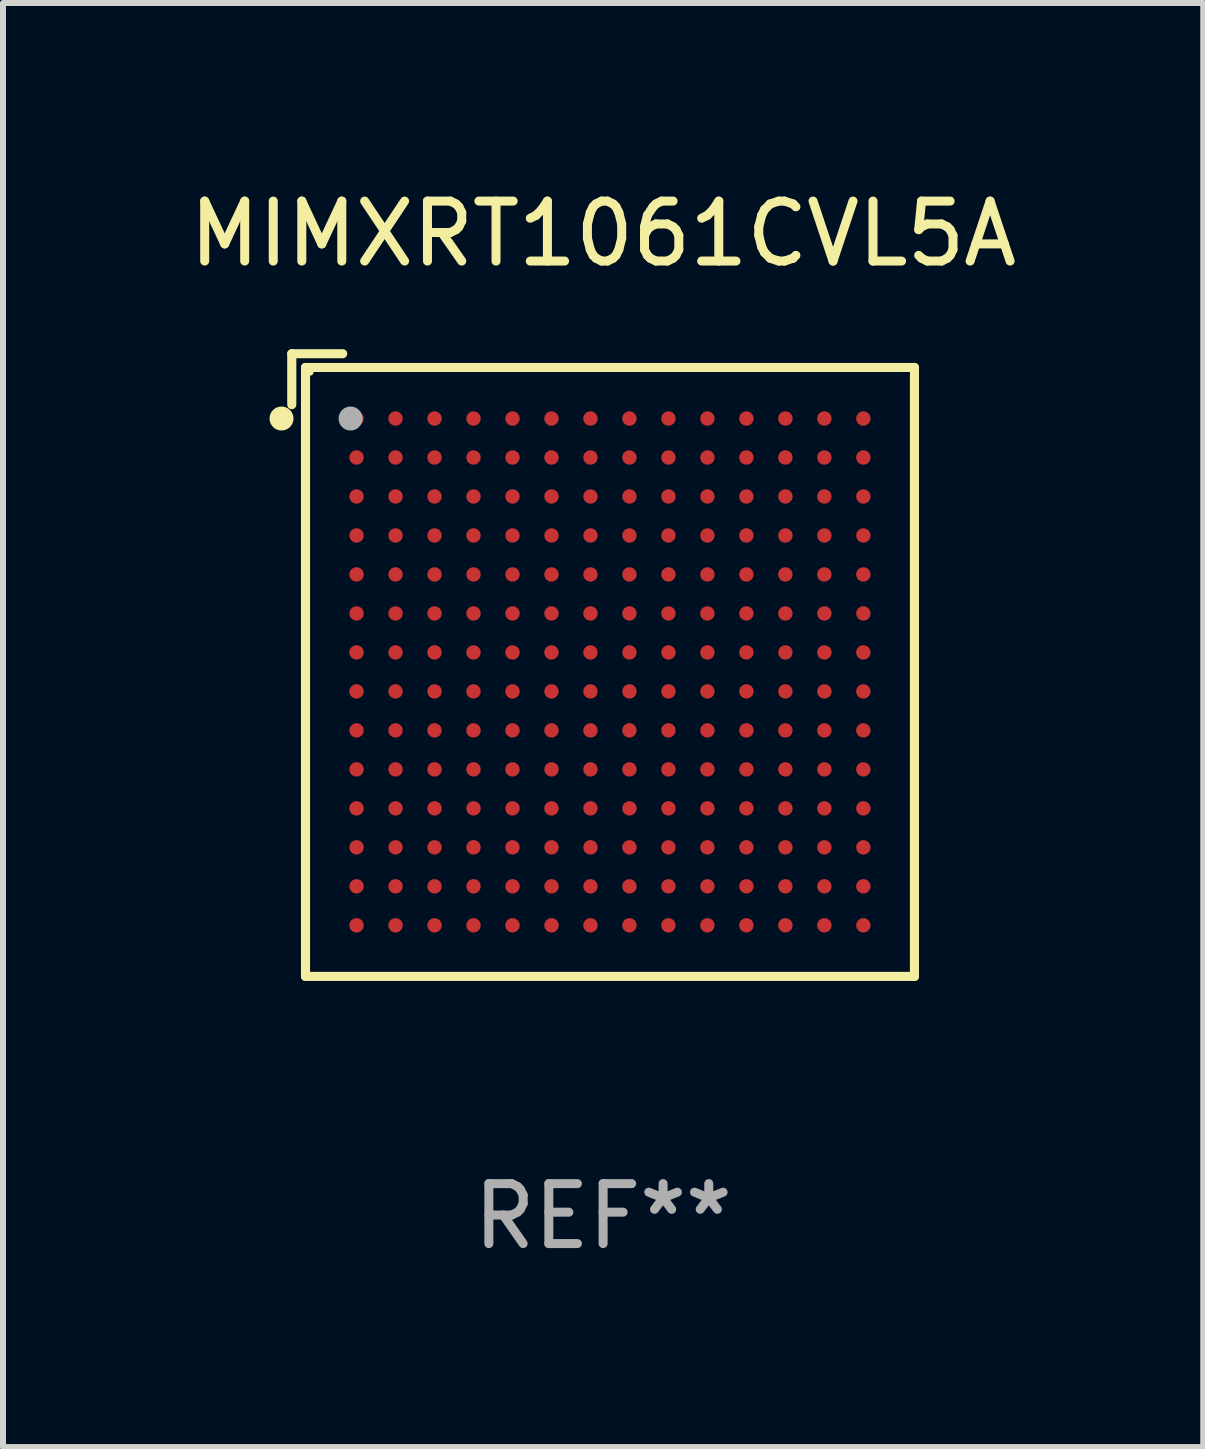
<source format=kicad_pcb>
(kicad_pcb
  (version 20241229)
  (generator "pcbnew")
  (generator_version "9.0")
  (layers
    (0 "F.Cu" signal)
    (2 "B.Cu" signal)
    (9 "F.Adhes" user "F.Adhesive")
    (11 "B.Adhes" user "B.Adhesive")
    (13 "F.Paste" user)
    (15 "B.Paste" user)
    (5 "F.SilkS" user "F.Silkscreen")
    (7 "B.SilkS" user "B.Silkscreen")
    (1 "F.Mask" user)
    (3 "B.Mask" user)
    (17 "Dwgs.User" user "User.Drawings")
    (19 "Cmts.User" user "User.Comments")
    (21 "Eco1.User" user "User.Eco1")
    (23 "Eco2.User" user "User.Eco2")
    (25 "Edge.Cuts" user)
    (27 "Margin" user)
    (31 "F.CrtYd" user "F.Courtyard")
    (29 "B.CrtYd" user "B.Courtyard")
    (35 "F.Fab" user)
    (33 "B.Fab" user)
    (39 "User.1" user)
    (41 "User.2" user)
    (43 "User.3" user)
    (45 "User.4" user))
  (footprint "MIMXRT1061CVL5A"
    (layer "F.Cu")
    (at 7.006 8.039)
    (property "Reference" "MIMXRT1061CVL5A" (at 0 -7.191 0) (layer "F.SilkS") (effects (font (size 1 1) (thickness 0.15))))
    (attr through_hole)
    (fp_line (start -5.191 -5.191) (end -5.191 -4.342) (stroke (width 0.152) (type solid)) (layer "F.SilkS"))
    (fp_line (start -4.962 -4.962) (end 5.191 -4.962) (stroke (width 0.152) (type solid)) (layer "F.SilkS"))
    (fp_line (start -4.962 5.191) (end -4.962 -4.962) (stroke (width 0.152) (type solid)) (layer "F.SilkS"))
    (fp_line (start -4.342 -5.191) (end -5.191 -5.191) (stroke (width 0.152) (type solid)) (layer "F.SilkS"))
    (fp_line (start 5.191 -4.962) (end 5.191 5.191) (stroke (width 0.152) (type solid)) (layer "F.SilkS"))
    (fp_line (start 5.191 5.191) (end -4.962 5.191) (stroke (width 0.152) (type solid)) (layer "F.SilkS"))
    (fp_circle (center -5.362 -4.111) (end -5.262 -4.111) (stroke (width 0.2) (type solid)) (fill no) (layer "F.SilkS"))
    (fp_circle (center -4.886 -4.886) (end -4.856 -4.886) (stroke (width 0.06) (type solid)) (fill no) (layer "F.SilkS"))
    (fp_circle (center -4.211 -4.111) (end -4.111 -4.111) (stroke (width 0.2) (type solid)) (fill no) (layer "F.Fab"))
    (fp_text user "REF**" (at 0 9.191 0) (layer "F.Fab") (effects (font (size 1 1) (thickness 0.15))))
    (pad "A1" smd circle (at -4.111 -4.111) (size 0.24 0.24) (layers "F.Cu" "F.Mask" "F.Paste"))
    (pad "A2" smd circle (at -3.461 -4.111) (size 0.24 0.24) (layers "F.Cu" "F.Mask" "F.Paste"))
    (pad "A3" smd circle (at -2.811 -4.111) (size 0.24 0.24) (layers "F.Cu" "F.Mask" "F.Paste"))
    (pad "A4" smd circle (at -2.161 -4.111) (size 0.24 0.24) (layers "F.Cu" "F.Mask" "F.Paste"))
    (pad "A5" smd circle (at -1.511 -4.111) (size 0.24 0.24) (layers "F.Cu" "F.Mask" "F.Paste"))
    (pad "A6" smd circle (at -0.861 -4.111) (size 0.24 0.24) (layers "F.Cu" "F.Mask" "F.Paste"))
    (pad "A7" smd circle (at -0.211 -4.111) (size 0.24 0.24) (layers "F.Cu" "F.Mask" "F.Paste"))
    (pad "A8" smd circle (at 0.439 -4.111) (size 0.24 0.24) (layers "F.Cu" "F.Mask" "F.Paste"))
    (pad "A9" smd circle (at 1.089 -4.111) (size 0.24 0.24) (layers "F.Cu" "F.Mask" "F.Paste"))
    (pad "A10" smd circle (at 1.739 -4.111) (size 0.24 0.24) (layers "F.Cu" "F.Mask" "F.Paste"))
    (pad "A11" smd circle (at 2.389 -4.111) (size 0.24 0.24) (layers "F.Cu" "F.Mask" "F.Paste"))
    (pad "A12" smd circle (at 3.039 -4.111) (size 0.24 0.24) (layers "F.Cu" "F.Mask" "F.Paste"))
    (pad "A13" smd circle (at 3.689 -4.111) (size 0.24 0.24) (layers "F.Cu" "F.Mask" "F.Paste"))
    (pad "A14" smd circle (at 4.339 -4.111) (size 0.24 0.24) (layers "F.Cu" "F.Mask" "F.Paste"))
    (pad "B1" smd circle (at -4.111 -3.461) (size 0.24 0.24) (layers "F.Cu" "F.Mask" "F.Paste"))
    (pad "B2" smd circle (at -3.461 -3.461) (size 0.24 0.24) (layers "F.Cu" "F.Mask" "F.Paste"))
    (pad "B3" smd circle (at -2.811 -3.461) (size 0.24 0.24) (layers "F.Cu" "F.Mask" "F.Paste"))
    (pad "B4" smd circle (at -2.161 -3.461) (size 0.24 0.24) (layers "F.Cu" "F.Mask" "F.Paste"))
    (pad "B5" smd circle (at -1.511 -3.461) (size 0.24 0.24) (layers "F.Cu" "F.Mask" "F.Paste"))
    (pad "B6" smd circle (at -0.861 -3.461) (size 0.24 0.24) (layers "F.Cu" "F.Mask" "F.Paste"))
    (pad "B7" smd circle (at -0.211 -3.461) (size 0.24 0.24) (layers "F.Cu" "F.Mask" "F.Paste"))
    (pad "B8" smd circle (at 0.439 -3.461) (size 0.24 0.24) (layers "F.Cu" "F.Mask" "F.Paste"))
    (pad "B9" smd circle (at 1.089 -3.461) (size 0.24 0.24) (layers "F.Cu" "F.Mask" "F.Paste"))
    (pad "B10" smd circle (at 1.739 -3.461) (size 0.24 0.24) (layers "F.Cu" "F.Mask" "F.Paste"))
    (pad "B11" smd circle (at 2.389 -3.461) (size 0.24 0.24) (layers "F.Cu" "F.Mask" "F.Paste"))
    (pad "B12" smd circle (at 3.039 -3.461) (size 0.24 0.24) (layers "F.Cu" "F.Mask" "F.Paste"))
    (pad "B13" smd circle (at 3.689 -3.461) (size 0.24 0.24) (layers "F.Cu" "F.Mask" "F.Paste"))
    (pad "B14" smd circle (at 4.339 -3.461) (size 0.24 0.24) (layers "F.Cu" "F.Mask" "F.Paste"))
    (pad "C1" smd circle (at -4.111 -2.811) (size 0.24 0.24) (layers "F.Cu" "F.Mask" "F.Paste"))
    (pad "C2" smd circle (at -3.461 -2.811) (size 0.24 0.24) (layers "F.Cu" "F.Mask" "F.Paste"))
    (pad "C3" smd circle (at -2.811 -2.811) (size 0.24 0.24) (layers "F.Cu" "F.Mask" "F.Paste"))
    (pad "C4" smd circle (at -2.161 -2.811) (size 0.24 0.24) (layers "F.Cu" "F.Mask" "F.Paste"))
    (pad "C5" smd circle (at -1.511 -2.811) (size 0.24 0.24) (layers "F.Cu" "F.Mask" "F.Paste"))
    (pad "C6" smd circle (at -0.861 -2.811) (size 0.24 0.24) (layers "F.Cu" "F.Mask" "F.Paste"))
    (pad "C7" smd circle (at -0.211 -2.811) (size 0.24 0.24) (layers "F.Cu" "F.Mask" "F.Paste"))
    (pad "C8" smd circle (at 0.439 -2.811) (size 0.24 0.24) (layers "F.Cu" "F.Mask" "F.Paste"))
    (pad "C9" smd circle (at 1.089 -2.811) (size 0.24 0.24) (layers "F.Cu" "F.Mask" "F.Paste"))
    (pad "C10" smd circle (at 1.739 -2.811) (size 0.24 0.24) (layers "F.Cu" "F.Mask" "F.Paste"))
    (pad "C11" smd circle (at 2.389 -2.811) (size 0.24 0.24) (layers "F.Cu" "F.Mask" "F.Paste"))
    (pad "C12" smd circle (at 3.039 -2.811) (size 0.24 0.24) (layers "F.Cu" "F.Mask" "F.Paste"))
    (pad "C13" smd circle (at 3.689 -2.811) (size 0.24 0.24) (layers "F.Cu" "F.Mask" "F.Paste"))
    (pad "C14" smd circle (at 4.339 -2.811) (size 0.24 0.24) (layers "F.Cu" "F.Mask" "F.Paste"))
    (pad "D1" smd circle (at -4.111 -2.161) (size 0.24 0.24) (layers "F.Cu" "F.Mask" "F.Paste"))
    (pad "D2" smd circle (at -3.461 -2.161) (size 0.24 0.24) (layers "F.Cu" "F.Mask" "F.Paste"))
    (pad "D3" smd circle (at -2.811 -2.161) (size 0.24 0.24) (layers "F.Cu" "F.Mask" "F.Paste"))
    (pad "D4" smd circle (at -2.161 -2.161) (size 0.24 0.24) (layers "F.Cu" "F.Mask" "F.Paste"))
    (pad "D5" smd circle (at -1.511 -2.161) (size 0.24 0.24) (layers "F.Cu" "F.Mask" "F.Paste"))
    (pad "D6" smd circle (at -0.861 -2.161) (size 0.24 0.24) (layers "F.Cu" "F.Mask" "F.Paste"))
    (pad "D7" smd circle (at -0.211 -2.161) (size 0.24 0.24) (layers "F.Cu" "F.Mask" "F.Paste"))
    (pad "D8" smd circle (at 0.439 -2.161) (size 0.24 0.24) (layers "F.Cu" "F.Mask" "F.Paste"))
    (pad "D9" smd circle (at 1.089 -2.161) (size 0.24 0.24) (layers "F.Cu" "F.Mask" "F.Paste"))
    (pad "D10" smd circle (at 1.739 -2.161) (size 0.24 0.24) (layers "F.Cu" "F.Mask" "F.Paste"))
    (pad "D11" smd circle (at 2.389 -2.161) (size 0.24 0.24) (layers "F.Cu" "F.Mask" "F.Paste"))
    (pad "D12" smd circle (at 3.039 -2.161) (size 0.24 0.24) (layers "F.Cu" "F.Mask" "F.Paste"))
    (pad "D13" smd circle (at 3.689 -2.161) (size 0.24 0.24) (layers "F.Cu" "F.Mask" "F.Paste"))
    (pad "D14" smd circle (at 4.339 -2.161) (size 0.24 0.24) (layers "F.Cu" "F.Mask" "F.Paste"))
    (pad "E1" smd circle (at -4.111 -1.511) (size 0.24 0.24) (layers "F.Cu" "F.Mask" "F.Paste"))
    (pad "E2" smd circle (at -3.461 -1.511) (size 0.24 0.24) (layers "F.Cu" "F.Mask" "F.Paste"))
    (pad "E3" smd circle (at -2.811 -1.511) (size 0.24 0.24) (layers "F.Cu" "F.Mask" "F.Paste"))
    (pad "E4" smd circle (at -2.161 -1.511) (size 0.24 0.24) (layers "F.Cu" "F.Mask" "F.Paste"))
    (pad "E5" smd circle (at -1.511 -1.511) (size 0.24 0.24) (layers "F.Cu" "F.Mask" "F.Paste"))
    (pad "E6" smd circle (at -0.861 -1.511) (size 0.24 0.24) (layers "F.Cu" "F.Mask" "F.Paste"))
    (pad "E7" smd circle (at -0.211 -1.511) (size 0.24 0.24) (layers "F.Cu" "F.Mask" "F.Paste"))
    (pad "E8" smd circle (at 0.439 -1.511) (size 0.24 0.24) (layers "F.Cu" "F.Mask" "F.Paste"))
    (pad "E9" smd circle (at 1.089 -1.511) (size 0.24 0.24) (layers "F.Cu" "F.Mask" "F.Paste"))
    (pad "E10" smd circle (at 1.739 -1.511) (size 0.24 0.24) (layers "F.Cu" "F.Mask" "F.Paste"))
    (pad "E11" smd circle (at 2.389 -1.511) (size 0.24 0.24) (layers "F.Cu" "F.Mask" "F.Paste"))
    (pad "E12" smd circle (at 3.039 -1.511) (size 0.24 0.24) (layers "F.Cu" "F.Mask" "F.Paste"))
    (pad "E13" smd circle (at 3.689 -1.511) (size 0.24 0.24) (layers "F.Cu" "F.Mask" "F.Paste"))
    (pad "E14" smd circle (at 4.339 -1.511) (size 0.24 0.24) (layers "F.Cu" "F.Mask" "F.Paste"))
    (pad "F1" smd circle (at -4.111 -0.861) (size 0.24 0.24) (layers "F.Cu" "F.Mask" "F.Paste"))
    (pad "F2" smd circle (at -3.461 -0.861) (size 0.24 0.24) (layers "F.Cu" "F.Mask" "F.Paste"))
    (pad "F3" smd circle (at -2.811 -0.861) (size 0.24 0.24) (layers "F.Cu" "F.Mask" "F.Paste"))
    (pad "F4" smd circle (at -2.161 -0.861) (size 0.24 0.24) (layers "F.Cu" "F.Mask" "F.Paste"))
    (pad "F5" smd circle (at -1.511 -0.861) (size 0.24 0.24) (layers "F.Cu" "F.Mask" "F.Paste"))
    (pad "F6" smd circle (at -0.861 -0.861) (size 0.24 0.24) (layers "F.Cu" "F.Mask" "F.Paste"))
    (pad "F7" smd circle (at -0.211 -0.861) (size 0.24 0.24) (layers "F.Cu" "F.Mask" "F.Paste"))
    (pad "F8" smd circle (at 0.439 -0.861) (size 0.24 0.24) (layers "F.Cu" "F.Mask" "F.Paste"))
    (pad "F9" smd circle (at 1.089 -0.861) (size 0.24 0.24) (layers "F.Cu" "F.Mask" "F.Paste"))
    (pad "F10" smd circle (at 1.739 -0.861) (size 0.24 0.24) (layers "F.Cu" "F.Mask" "F.Paste"))
    (pad "F11" smd circle (at 2.389 -0.861) (size 0.24 0.24) (layers "F.Cu" "F.Mask" "F.Paste"))
    (pad "F12" smd circle (at 3.039 -0.861) (size 0.24 0.24) (layers "F.Cu" "F.Mask" "F.Paste"))
    (pad "F13" smd circle (at 3.689 -0.861) (size 0.24 0.24) (layers "F.Cu" "F.Mask" "F.Paste"))
    (pad "F14" smd circle (at 4.339 -0.861) (size 0.24 0.24) (layers "F.Cu" "F.Mask" "F.Paste"))
    (pad "G1" smd circle (at -4.111 -0.211) (size 0.24 0.24) (layers "F.Cu" "F.Mask" "F.Paste"))
    (pad "G2" smd circle (at -3.461 -0.211) (size 0.24 0.24) (layers "F.Cu" "F.Mask" "F.Paste"))
    (pad "G3" smd circle (at -2.811 -0.211) (size 0.24 0.24) (layers "F.Cu" "F.Mask" "F.Paste"))
    (pad "G4" smd circle (at -2.161 -0.211) (size 0.24 0.24) (layers "F.Cu" "F.Mask" "F.Paste"))
    (pad "G5" smd circle (at -1.511 -0.211) (size 0.24 0.24) (layers "F.Cu" "F.Mask" "F.Paste"))
    (pad "G6" smd circle (at -0.861 -0.211) (size 0.24 0.24) (layers "F.Cu" "F.Mask" "F.Paste"))
    (pad "G7" smd circle (at -0.211 -0.211) (size 0.24 0.24) (layers "F.Cu" "F.Mask" "F.Paste"))
    (pad "G8" smd circle (at 0.439 -0.211) (size 0.24 0.24) (layers "F.Cu" "F.Mask" "F.Paste"))
    (pad "G9" smd circle (at 1.089 -0.211) (size 0.24 0.24) (layers "F.Cu" "F.Mask" "F.Paste"))
    (pad "G10" smd circle (at 1.739 -0.211) (size 0.24 0.24) (layers "F.Cu" "F.Mask" "F.Paste"))
    (pad "G11" smd circle (at 2.389 -0.211) (size 0.24 0.24) (layers "F.Cu" "F.Mask" "F.Paste"))
    (pad "G12" smd circle (at 3.039 -0.211) (size 0.24 0.24) (layers "F.Cu" "F.Mask" "F.Paste"))
    (pad "G13" smd circle (at 3.689 -0.211) (size 0.24 0.24) (layers "F.Cu" "F.Mask" "F.Paste"))
    (pad "G14" smd circle (at 4.339 -0.211) (size 0.24 0.24) (layers "F.Cu" "F.Mask" "F.Paste"))
    (pad "H1" smd circle (at -4.111 0.439) (size 0.24 0.24) (layers "F.Cu" "F.Mask" "F.Paste"))
    (pad "H2" smd circle (at -3.461 0.439) (size 0.24 0.24) (layers "F.Cu" "F.Mask" "F.Paste"))
    (pad "H3" smd circle (at -2.811 0.439) (size 0.24 0.24) (layers "F.Cu" "F.Mask" "F.Paste"))
    (pad "H4" smd circle (at -2.161 0.439) (size 0.24 0.24) (layers "F.Cu" "F.Mask" "F.Paste"))
    (pad "H5" smd circle (at -1.511 0.439) (size 0.24 0.24) (layers "F.Cu" "F.Mask" "F.Paste"))
    (pad "H6" smd circle (at -0.861 0.439) (size 0.24 0.24) (layers "F.Cu" "F.Mask" "F.Paste"))
    (pad "H7" smd circle (at -0.211 0.439) (size 0.24 0.24) (layers "F.Cu" "F.Mask" "F.Paste"))
    (pad "H8" smd circle (at 0.439 0.439) (size 0.24 0.24) (layers "F.Cu" "F.Mask" "F.Paste"))
    (pad "H9" smd circle (at 1.089 0.439) (size 0.24 0.24) (layers "F.Cu" "F.Mask" "F.Paste"))
    (pad "H10" smd circle (at 1.739 0.439) (size 0.24 0.24) (layers "F.Cu" "F.Mask" "F.Paste"))
    (pad "H11" smd circle (at 2.389 0.439) (size 0.24 0.24) (layers "F.Cu" "F.Mask" "F.Paste"))
    (pad "H12" smd circle (at 3.039 0.439) (size 0.24 0.24) (layers "F.Cu" "F.Mask" "F.Paste"))
    (pad "H13" smd circle (at 3.689 0.439) (size 0.24 0.24) (layers "F.Cu" "F.Mask" "F.Paste"))
    (pad "H14" smd circle (at 4.339 0.439) (size 0.24 0.24) (layers "F.Cu" "F.Mask" "F.Paste"))
    (pad "J1" smd circle (at -4.111 1.089) (size 0.24 0.24) (layers "F.Cu" "F.Mask" "F.Paste"))
    (pad "J2" smd circle (at -3.461 1.089) (size 0.24 0.24) (layers "F.Cu" "F.Mask" "F.Paste"))
    (pad "J3" smd circle (at -2.811 1.089) (size 0.24 0.24) (layers "F.Cu" "F.Mask" "F.Paste"))
    (pad "J4" smd circle (at -2.161 1.089) (size 0.24 0.24) (layers "F.Cu" "F.Mask" "F.Paste"))
    (pad "J5" smd circle (at -1.511 1.089) (size 0.24 0.24) (layers "F.Cu" "F.Mask" "F.Paste"))
    (pad "J6" smd circle (at -0.861 1.089) (size 0.24 0.24) (layers "F.Cu" "F.Mask" "F.Paste"))
    (pad "J7" smd circle (at -0.211 1.089) (size 0.24 0.24) (layers "F.Cu" "F.Mask" "F.Paste"))
    (pad "J8" smd circle (at 0.439 1.089) (size 0.24 0.24) (layers "F.Cu" "F.Mask" "F.Paste"))
    (pad "J9" smd circle (at 1.089 1.089) (size 0.24 0.24) (layers "F.Cu" "F.Mask" "F.Paste"))
    (pad "J10" smd circle (at 1.739 1.089) (size 0.24 0.24) (layers "F.Cu" "F.Mask" "F.Paste"))
    (pad "J11" smd circle (at 2.389 1.089) (size 0.24 0.24) (layers "F.Cu" "F.Mask" "F.Paste"))
    (pad "J12" smd circle (at 3.039 1.089) (size 0.24 0.24) (layers "F.Cu" "F.Mask" "F.Paste"))
    (pad "J13" smd circle (at 3.689 1.089) (size 0.24 0.24) (layers "F.Cu" "F.Mask" "F.Paste"))
    (pad "J14" smd circle (at 4.339 1.089) (size 0.24 0.24) (layers "F.Cu" "F.Mask" "F.Paste"))
    (pad "K1" smd circle (at -4.111 1.739) (size 0.24 0.24) (layers "F.Cu" "F.Mask" "F.Paste"))
    (pad "K2" smd circle (at -3.461 1.739) (size 0.24 0.24) (layers "F.Cu" "F.Mask" "F.Paste"))
    (pad "K3" smd circle (at -2.811 1.739) (size 0.24 0.24) (layers "F.Cu" "F.Mask" "F.Paste"))
    (pad "K4" smd circle (at -2.161 1.739) (size 0.24 0.24) (layers "F.Cu" "F.Mask" "F.Paste"))
    (pad "K5" smd circle (at -1.511 1.739) (size 0.24 0.24) (layers "F.Cu" "F.Mask" "F.Paste"))
    (pad "K6" smd circle (at -0.861 1.739) (size 0.24 0.24) (layers "F.Cu" "F.Mask" "F.Paste"))
    (pad "K7" smd circle (at -0.211 1.739) (size 0.24 0.24) (layers "F.Cu" "F.Mask" "F.Paste"))
    (pad "K8" smd circle (at 0.439 1.739) (size 0.24 0.24) (layers "F.Cu" "F.Mask" "F.Paste"))
    (pad "K9" smd circle (at 1.089 1.739) (size 0.24 0.24) (layers "F.Cu" "F.Mask" "F.Paste"))
    (pad "K10" smd circle (at 1.739 1.739) (size 0.24 0.24) (layers "F.Cu" "F.Mask" "F.Paste"))
    (pad "K11" smd circle (at 2.389 1.739) (size 0.24 0.24) (layers "F.Cu" "F.Mask" "F.Paste"))
    (pad "K12" smd circle (at 3.039 1.739) (size 0.24 0.24) (layers "F.Cu" "F.Mask" "F.Paste"))
    (pad "K13" smd circle (at 3.689 1.739) (size 0.24 0.24) (layers "F.Cu" "F.Mask" "F.Paste"))
    (pad "K14" smd circle (at 4.339 1.739) (size 0.24 0.24) (layers "F.Cu" "F.Mask" "F.Paste"))
    (pad "L1" smd circle (at -4.111 2.389) (size 0.24 0.24) (layers "F.Cu" "F.Mask" "F.Paste"))
    (pad "L2" smd circle (at -3.461 2.389) (size 0.24 0.24) (layers "F.Cu" "F.Mask" "F.Paste"))
    (pad "L3" smd circle (at -2.811 2.389) (size 0.24 0.24) (layers "F.Cu" "F.Mask" "F.Paste"))
    (pad "L4" smd circle (at -2.161 2.389) (size 0.24 0.24) (layers "F.Cu" "F.Mask" "F.Paste"))
    (pad "L5" smd circle (at -1.511 2.389) (size 0.24 0.24) (layers "F.Cu" "F.Mask" "F.Paste"))
    (pad "L6" smd circle (at -0.861 2.389) (size 0.24 0.24) (layers "F.Cu" "F.Mask" "F.Paste"))
    (pad "L7" smd circle (at -0.211 2.389) (size 0.24 0.24) (layers "F.Cu" "F.Mask" "F.Paste"))
    (pad "L8" smd circle (at 0.439 2.389) (size 0.24 0.24) (layers "F.Cu" "F.Mask" "F.Paste"))
    (pad "L9" smd circle (at 1.089 2.389) (size 0.24 0.24) (layers "F.Cu" "F.Mask" "F.Paste"))
    (pad "L10" smd circle (at 1.739 2.389) (size 0.24 0.24) (layers "F.Cu" "F.Mask" "F.Paste"))
    (pad "L11" smd circle (at 2.389 2.389) (size 0.24 0.24) (layers "F.Cu" "F.Mask" "F.Paste"))
    (pad "L12" smd circle (at 3.039 2.389) (size 0.24 0.24) (layers "F.Cu" "F.Mask" "F.Paste"))
    (pad "L13" smd circle (at 3.689 2.389) (size 0.24 0.24) (layers "F.Cu" "F.Mask" "F.Paste"))
    (pad "L14" smd circle (at 4.339 2.389) (size 0.24 0.24) (layers "F.Cu" "F.Mask" "F.Paste"))
    (pad "M1" smd circle (at -4.111 3.039) (size 0.24 0.24) (layers "F.Cu" "F.Mask" "F.Paste"))
    (pad "M2" smd circle (at -3.461 3.039) (size 0.24 0.24) (layers "F.Cu" "F.Mask" "F.Paste"))
    (pad "M3" smd circle (at -2.811 3.039) (size 0.24 0.24) (layers "F.Cu" "F.Mask" "F.Paste"))
    (pad "M4" smd circle (at -2.161 3.039) (size 0.24 0.24) (layers "F.Cu" "F.Mask" "F.Paste"))
    (pad "M5" smd circle (at -1.511 3.039) (size 0.24 0.24) (layers "F.Cu" "F.Mask" "F.Paste"))
    (pad "M6" smd circle (at -0.861 3.039) (size 0.24 0.24) (layers "F.Cu" "F.Mask" "F.Paste"))
    (pad "M7" smd circle (at -0.211 3.039) (size 0.24 0.24) (layers "F.Cu" "F.Mask" "F.Paste"))
    (pad "M8" smd circle (at 0.439 3.039) (size 0.24 0.24) (layers "F.Cu" "F.Mask" "F.Paste"))
    (pad "M9" smd circle (at 1.089 3.039) (size 0.24 0.24) (layers "F.Cu" "F.Mask" "F.Paste"))
    (pad "M10" smd circle (at 1.739 3.039) (size 0.24 0.24) (layers "F.Cu" "F.Mask" "F.Paste"))
    (pad "M11" smd circle (at 2.389 3.039) (size 0.24 0.24) (layers "F.Cu" "F.Mask" "F.Paste"))
    (pad "M12" smd circle (at 3.039 3.039) (size 0.24 0.24) (layers "F.Cu" "F.Mask" "F.Paste"))
    (pad "M13" smd circle (at 3.689 3.039) (size 0.24 0.24) (layers "F.Cu" "F.Mask" "F.Paste"))
    (pad "M14" smd circle (at 4.339 3.039) (size 0.24 0.24) (layers "F.Cu" "F.Mask" "F.Paste"))
    (pad "N1" smd circle (at -4.111 3.689) (size 0.24 0.24) (layers "F.Cu" "F.Mask" "F.Paste"))
    (pad "N2" smd circle (at -3.461 3.689) (size 0.24 0.24) (layers "F.Cu" "F.Mask" "F.Paste"))
    (pad "N3" smd circle (at -2.811 3.689) (size 0.24 0.24) (layers "F.Cu" "F.Mask" "F.Paste"))
    (pad "N4" smd circle (at -2.161 3.689) (size 0.24 0.24) (layers "F.Cu" "F.Mask" "F.Paste"))
    (pad "N5" smd circle (at -1.511 3.689) (size 0.24 0.24) (layers "F.Cu" "F.Mask" "F.Paste"))
    (pad "N6" smd circle (at -0.861 3.689) (size 0.24 0.24) (layers "F.Cu" "F.Mask" "F.Paste"))
    (pad "N7" smd circle (at -0.211 3.689) (size 0.24 0.24) (layers "F.Cu" "F.Mask" "F.Paste"))
    (pad "N8" smd circle (at 0.439 3.689) (size 0.24 0.24) (layers "F.Cu" "F.Mask" "F.Paste"))
    (pad "N9" smd circle (at 1.089 3.689) (size 0.24 0.24) (layers "F.Cu" "F.Mask" "F.Paste"))
    (pad "N10" smd circle (at 1.739 3.689) (size 0.24 0.24) (layers "F.Cu" "F.Mask" "F.Paste"))
    (pad "N11" smd circle (at 2.389 3.689) (size 0.24 0.24) (layers "F.Cu" "F.Mask" "F.Paste"))
    (pad "N12" smd circle (at 3.039 3.689) (size 0.24 0.24) (layers "F.Cu" "F.Mask" "F.Paste"))
    (pad "N13" smd circle (at 3.689 3.689) (size 0.24 0.24) (layers "F.Cu" "F.Mask" "F.Paste"))
    (pad "N14" smd circle (at 4.339 3.689) (size 0.24 0.24) (layers "F.Cu" "F.Mask" "F.Paste"))
    (pad "P1" smd circle (at -4.111 4.339) (size 0.24 0.24) (layers "F.Cu" "F.Mask" "F.Paste"))
    (pad "P2" smd circle (at -3.461 4.339) (size 0.24 0.24) (layers "F.Cu" "F.Mask" "F.Paste"))
    (pad "P3" smd circle (at -2.811 4.339) (size 0.24 0.24) (layers "F.Cu" "F.Mask" "F.Paste"))
    (pad "P4" smd circle (at -2.161 4.339) (size 0.24 0.24) (layers "F.Cu" "F.Mask" "F.Paste"))
    (pad "P5" smd circle (at -1.511 4.339) (size 0.24 0.24) (layers "F.Cu" "F.Mask" "F.Paste"))
    (pad "P6" smd circle (at -0.861 4.339) (size 0.24 0.24) (layers "F.Cu" "F.Mask" "F.Paste"))
    (pad "P7" smd circle (at -0.211 4.339) (size 0.24 0.24) (layers "F.Cu" "F.Mask" "F.Paste"))
    (pad "P8" smd circle (at 0.439 4.339) (size 0.24 0.24) (layers "F.Cu" "F.Mask" "F.Paste"))
    (pad "P9" smd circle (at 1.089 4.339) (size 0.24 0.24) (layers "F.Cu" "F.Mask" "F.Paste"))
    (pad "P10" smd circle (at 1.739 4.339) (size 0.24 0.24) (layers "F.Cu" "F.Mask" "F.Paste"))
    (pad "P11" smd circle (at 2.389 4.339) (size 0.24 0.24) (layers "F.Cu" "F.Mask" "F.Paste"))
    (pad "P12" smd circle (at 3.039 4.339) (size 0.24 0.24) (layers "F.Cu" "F.Mask" "F.Paste"))
    (pad "P13" smd circle (at 3.689 4.339) (size 0.24 0.24) (layers "F.Cu" "F.Mask" "F.Paste"))
    (pad "P14" smd circle (at 4.339 4.339) (size 0.24 0.24) (layers "F.Cu" "F.Mask" "F.Paste")))
  (gr_rect
    (start -3 -3)
    (end 17.012 21.078)
    (stroke (width 0.1) (type default))
    (fill no)
    (layer "Edge.Cuts")))
</source>
